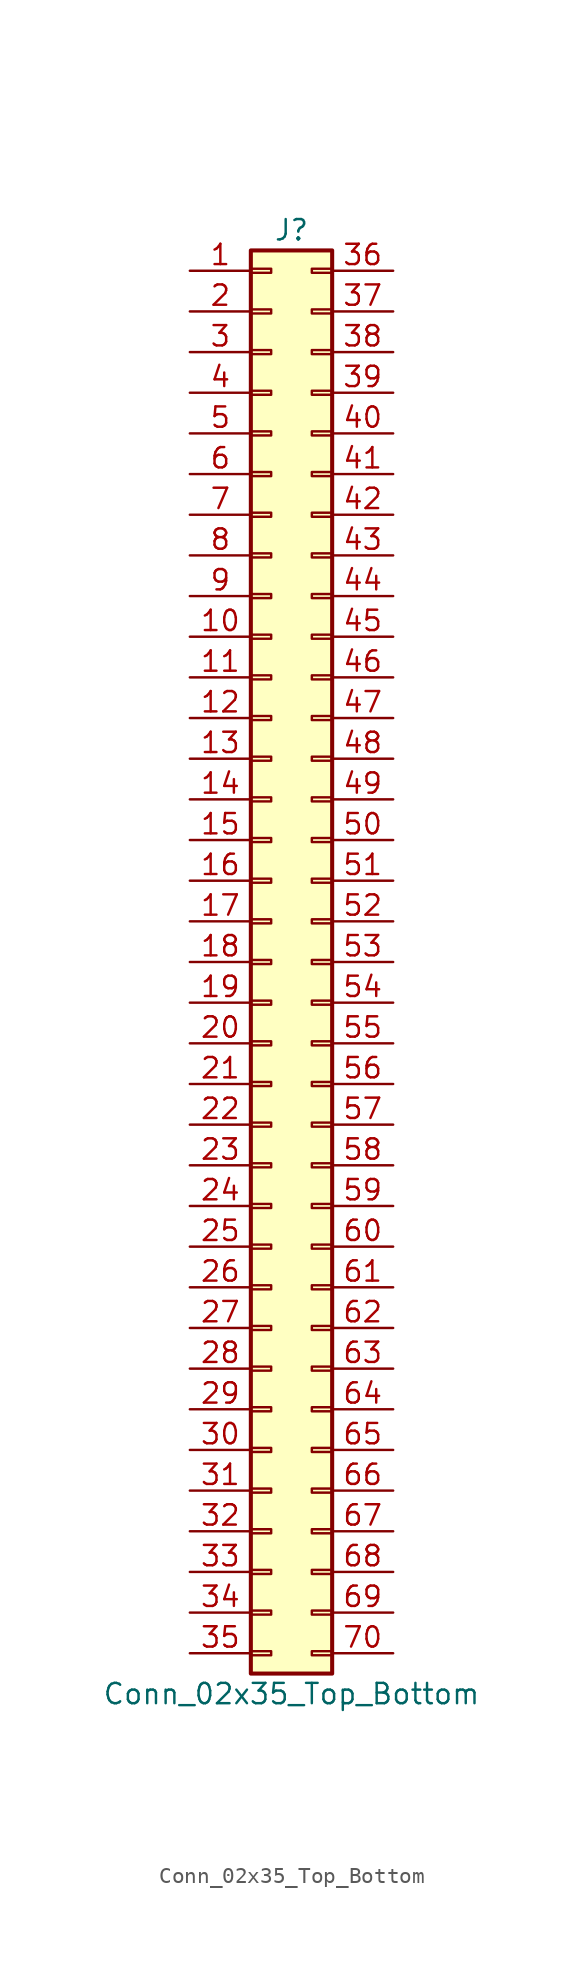
<source format=kicad_sym>
(kicad_symbol_lib
  (version 20201005)
  (generator kicad_symbol_editor)
  (symbol "Connector_Generic:Conn_02x35_Top_Bottom"
    (pin_names
      (offset 1.016) hide)
    (property "Reference" "J"
      (at 1.27 45.72 0)
      (effects (font (size 1.27 1.27))))
    (property "Value" "Conn_02x35_Top_Bottom"
      (at 1.27 -45.72 0)
      (effects (font (size 1.27 1.27))))
    (symbol "Conn_02x35_Top_Bottom_1_1"
      (rectangle (start -1.27 -27.813) (end 0 -28.067) (stroke (width 0.152)) (fill (type none)))
      (rectangle (start -1.27 -30.353) (end 0 -30.607) (stroke (width 0.152)) (fill (type none)))
      (rectangle (start -1.27 -32.893) (end 0 -33.147) (stroke (width 0.152)) (fill (type none)))
      (rectangle (start -1.27 -35.433) (end 0 -35.687) (stroke (width 0.152)) (fill (type none)))
      (rectangle (start -1.27 -37.973) (end 0 -38.227) (stroke (width 0.152)) (fill (type none)))
      (rectangle (start -1.27 -40.513) (end 0 -40.767) (stroke (width 0.152)) (fill (type none)))
      (rectangle (start -1.27 -43.053) (end 0 -43.307) (stroke (width 0.152)) (fill (type none)))
      (rectangle (start -1.27 -4.953) (end 0 -5.207) (stroke (width 0.152)) (fill (type none)))
      (rectangle (start -1.27 -7.493) (end 0 -7.747) (stroke (width 0.152)) (fill (type none)))
      (rectangle (start -1.27 -10.033) (end 0 -10.287) (stroke (width 0.152)) (fill (type none)))
      (rectangle (start -1.27 -12.573) (end 0 -12.827) (stroke (width 0.152)) (fill (type none)))
      (rectangle (start -1.27 -15.113) (end 0 -15.367) (stroke (width 0.152)) (fill (type none)))
      (rectangle (start -1.27 -17.653) (end 0 -17.907) (stroke (width 0.152)) (fill (type none)))
      (rectangle (start -1.27 -20.193) (end 0 -20.447) (stroke (width 0.152)) (fill (type none)))
      (rectangle (start -1.27 -22.733) (end 0 -22.987) (stroke (width 0.152)) (fill (type none)))
      (rectangle (start -1.27 -2.413) (end 0 -2.667) (stroke (width 0.152)) (fill (type none)))
      (rectangle (start -1.27 -25.273) (end 0 -25.527) (stroke (width 0.152)) (fill (type none)))
      (rectangle (start -1.27 25.527) (end 0 25.273) (stroke (width 0.152)) (fill (type none)))
      (rectangle (start -1.27 2.667) (end 0 2.413) (stroke (width 0.152)) (fill (type none)))
      (rectangle (start -1.27 28.067) (end 0 27.813) (stroke (width 0.152)) (fill (type none)))
      (rectangle (start -1.27 30.607) (end 0 30.353) (stroke (width 0.152)) (fill (type none)))
      (rectangle (start -1.27 33.147) (end 0 32.893) (stroke (width 0.152)) (fill (type none)))
      (rectangle (start -1.27 35.687) (end 0 35.433) (stroke (width 0.152)) (fill (type none)))
      (rectangle (start -1.27 38.227) (end 0 37.973) (stroke (width 0.152)) (fill (type none)))
      (rectangle (start -1.27 40.767) (end 0 40.513) (stroke (width 0.152)) (fill (type none)))
      (rectangle (start -1.27 43.307) (end 0 43.053) (stroke (width 0.152)) (fill (type none)))
      (rectangle (start -1.27 44.45) (end 3.81 -44.45) (stroke (width 0.254)) (fill (type background)))
      (rectangle (start -1.27 5.207) (end 0 4.953) (stroke (width 0.152)) (fill (type none)))
      (rectangle (start -1.27 7.747) (end 0 7.493) (stroke (width 0.152)) (fill (type none)))
      (rectangle (start -1.27 10.287) (end 0 10.033) (stroke (width 0.152)) (fill (type none)))
      (rectangle (start -1.27 0.127) (end 0 -0.127) (stroke (width 0.152)) (fill (type none)))
      (rectangle (start -1.27 12.827) (end 0 12.573) (stroke (width 0.152)) (fill (type none)))
      (rectangle (start -1.27 15.367) (end 0 15.113) (stroke (width 0.152)) (fill (type none)))
      (rectangle (start -1.27 17.907) (end 0 17.653) (stroke (width 0.152)) (fill (type none)))
      (rectangle (start -1.27 20.447) (end 0 20.193) (stroke (width 0.152)) (fill (type none)))
      (rectangle (start -1.27 22.987) (end 0 22.733) (stroke (width 0.152)) (fill (type none)))
      (rectangle (start 3.81 -27.813) (end 2.54 -28.067) (stroke (width 0.152)) (fill (type none)))
      (rectangle (start 3.81 -30.353) (end 2.54 -30.607) (stroke (width 0.152)) (fill (type none)))
      (rectangle (start 3.81 -32.893) (end 2.54 -33.147) (stroke (width 0.152)) (fill (type none)))
      (rectangle (start 3.81 -35.433) (end 2.54 -35.687) (stroke (width 0.152)) (fill (type none)))
      (rectangle (start 3.81 -37.973) (end 2.54 -38.227) (stroke (width 0.152)) (fill (type none)))
      (rectangle (start 3.81 -40.513) (end 2.54 -40.767) (stroke (width 0.152)) (fill (type none)))
      (rectangle (start 3.81 -43.053) (end 2.54 -43.307) (stroke (width 0.152)) (fill (type none)))
      (rectangle (start 3.81 -4.953) (end 2.54 -5.207) (stroke (width 0.152)) (fill (type none)))
      (rectangle (start 3.81 -7.493) (end 2.54 -7.747) (stroke (width 0.152)) (fill (type none)))
      (rectangle (start 3.81 -10.033) (end 2.54 -10.287) (stroke (width 0.152)) (fill (type none)))
      (rectangle (start 3.81 -12.573) (end 2.54 -12.827) (stroke (width 0.152)) (fill (type none)))
      (rectangle (start 3.81 -15.113) (end 2.54 -15.367) (stroke (width 0.152)) (fill (type none)))
      (rectangle (start 3.81 -17.653) (end 2.54 -17.907) (stroke (width 0.152)) (fill (type none)))
      (rectangle (start 3.81 -20.193) (end 2.54 -20.447) (stroke (width 0.152)) (fill (type none)))
      (rectangle (start 3.81 -22.733) (end 2.54 -22.987) (stroke (width 0.152)) (fill (type none)))
      (rectangle (start 3.81 -2.413) (end 2.54 -2.667) (stroke (width 0.152)) (fill (type none)))
      (rectangle (start 3.81 -25.273) (end 2.54 -25.527) (stroke (width 0.152)) (fill (type none)))
      (rectangle (start 3.81 25.527) (end 2.54 25.273) (stroke (width 0.152)) (fill (type none)))
      (rectangle (start 3.81 2.667) (end 2.54 2.413) (stroke (width 0.152)) (fill (type none)))
      (rectangle (start 3.81 28.067) (end 2.54 27.813) (stroke (width 0.152)) (fill (type none)))
      (rectangle (start 3.81 30.607) (end 2.54 30.353) (stroke (width 0.152)) (fill (type none)))
      (rectangle (start 3.81 33.147) (end 2.54 32.893) (stroke (width 0.152)) (fill (type none)))
      (rectangle (start 3.81 35.687) (end 2.54 35.433) (stroke (width 0.152)) (fill (type none)))
      (rectangle (start 3.81 38.227) (end 2.54 37.973) (stroke (width 0.152)) (fill (type none)))
      (rectangle (start 3.81 40.767) (end 2.54 40.513) (stroke (width 0.152)) (fill (type none)))
      (rectangle (start 3.81 43.307) (end 2.54 43.053) (stroke (width 0.152)) (fill (type none)))
      (rectangle (start 3.81 5.207) (end 2.54 4.953) (stroke (width 0.152)) (fill (type none)))
      (rectangle (start 3.81 7.747) (end 2.54 7.493) (stroke (width 0.152)) (fill (type none)))
      (rectangle (start 3.81 10.287) (end 2.54 10.033) (stroke (width 0.152)) (fill (type none)))
      (rectangle (start 3.81 0.127) (end 2.54 -0.127) (stroke (width 0.152)) (fill (type none)))
      (rectangle (start 3.81 12.827) (end 2.54 12.573) (stroke (width 0.152)) (fill (type none)))
      (rectangle (start 3.81 15.367) (end 2.54 15.113) (stroke (width 0.152)) (fill (type none)))
      (rectangle (start 3.81 17.907) (end 2.54 17.653) (stroke (width 0.152)) (fill (type none)))
      (rectangle (start 3.81 20.447) (end 2.54 20.193) (stroke (width 0.152)) (fill (type none)))
      (rectangle (start 3.81 22.987) (end 2.54 22.733) (stroke (width 0.152)) (fill (type none)))
      (pin passive line (at -5.08 43.18 0) (length 3.81) (name "Pin_1" (effects (font (size 1.27 1.27)))) (number "1" (effects (font (size 1.27 1.27)))))
      (pin passive line (at -5.08 20.32 0) (length 3.81) (name "Pin_10" (effects (font (size 1.27 1.27)))) (number "10" (effects (font (size 1.27 1.27)))))
      (pin passive line (at -5.08 17.78 0) (length 3.81) (name "Pin_11" (effects (font (size 1.27 1.27)))) (number "11" (effects (font (size 1.27 1.27)))))
      (pin passive line (at -5.08 15.24 0) (length 3.81) (name "Pin_12" (effects (font (size 1.27 1.27)))) (number "12" (effects (font (size 1.27 1.27)))))
      (pin passive line (at -5.08 12.7 0) (length 3.81) (name "Pin_13" (effects (font (size 1.27 1.27)))) (number "13" (effects (font (size 1.27 1.27)))))
      (pin passive line (at -5.08 10.16 0) (length 3.81) (name "Pin_14" (effects (font (size 1.27 1.27)))) (number "14" (effects (font (size 1.27 1.27)))))
      (pin passive line (at -5.08 7.62 0) (length 3.81) (name "Pin_15" (effects (font (size 1.27 1.27)))) (number "15" (effects (font (size 1.27 1.27)))))
      (pin passive line (at -5.08 5.08 0) (length 3.81) (name "Pin_16" (effects (font (size 1.27 1.27)))) (number "16" (effects (font (size 1.27 1.27)))))
      (pin passive line (at -5.08 2.54 0) (length 3.81) (name "Pin_17" (effects (font (size 1.27 1.27)))) (number "17" (effects (font (size 1.27 1.27)))))
      (pin passive line (at -5.08 0 0) (length 3.81) (name "Pin_18" (effects (font (size 1.27 1.27)))) (number "18" (effects (font (size 1.27 1.27)))))
      (pin passive line (at -5.08 -2.54 0) (length 3.81) (name "Pin_19" (effects (font (size 1.27 1.27)))) (number "19" (effects (font (size 1.27 1.27)))))
      (pin passive line (at -5.08 40.64 0) (length 3.81) (name "Pin_2" (effects (font (size 1.27 1.27)))) (number "2" (effects (font (size 1.27 1.27)))))
      (pin passive line (at -5.08 -5.08 0) (length 3.81) (name "Pin_20" (effects (font (size 1.27 1.27)))) (number "20" (effects (font (size 1.27 1.27)))))
      (pin passive line (at -5.08 -7.62 0) (length 3.81) (name "Pin_21" (effects (font (size 1.27 1.27)))) (number "21" (effects (font (size 1.27 1.27)))))
      (pin passive line (at -5.08 -10.16 0) (length 3.81) (name "Pin_22" (effects (font (size 1.27 1.27)))) (number "22" (effects (font (size 1.27 1.27)))))
      (pin passive line (at -5.08 -12.7 0) (length 3.81) (name "Pin_23" (effects (font (size 1.27 1.27)))) (number "23" (effects (font (size 1.27 1.27)))))
      (pin passive line (at -5.08 -15.24 0) (length 3.81) (name "Pin_24" (effects (font (size 1.27 1.27)))) (number "24" (effects (font (size 1.27 1.27)))))
      (pin passive line (at -5.08 -17.78 0) (length 3.81) (name "Pin_25" (effects (font (size 1.27 1.27)))) (number "25" (effects (font (size 1.27 1.27)))))
      (pin passive line (at -5.08 -20.32 0) (length 3.81) (name "Pin_26" (effects (font (size 1.27 1.27)))) (number "26" (effects (font (size 1.27 1.27)))))
      (pin passive line (at -5.08 -22.86 0) (length 3.81) (name "Pin_27" (effects (font (size 1.27 1.27)))) (number "27" (effects (font (size 1.27 1.27)))))
      (pin passive line (at -5.08 -25.4 0) (length 3.81) (name "Pin_28" (effects (font (size 1.27 1.27)))) (number "28" (effects (font (size 1.27 1.27)))))
      (pin passive line (at -5.08 -27.94 0) (length 3.81) (name "Pin_29" (effects (font (size 1.27 1.27)))) (number "29" (effects (font (size 1.27 1.27)))))
      (pin passive line (at -5.08 38.1 0) (length 3.81) (name "Pin_3" (effects (font (size 1.27 1.27)))) (number "3" (effects (font (size 1.27 1.27)))))
      (pin passive line (at -5.08 -30.48 0) (length 3.81) (name "Pin_30" (effects (font (size 1.27 1.27)))) (number "30" (effects (font (size 1.27 1.27)))))
      (pin passive line (at -5.08 -33.02 0) (length 3.81) (name "Pin_31" (effects (font (size 1.27 1.27)))) (number "31" (effects (font (size 1.27 1.27)))))
      (pin passive line (at -5.08 -35.56 0) (length 3.81) (name "Pin_32" (effects (font (size 1.27 1.27)))) (number "32" (effects (font (size 1.27 1.27)))))
      (pin passive line (at -5.08 -38.1 0) (length 3.81) (name "Pin_33" (effects (font (size 1.27 1.27)))) (number "33" (effects (font (size 1.27 1.27)))))
      (pin passive line (at -5.08 -40.64 0) (length 3.81) (name "Pin_34" (effects (font (size 1.27 1.27)))) (number "34" (effects (font (size 1.27 1.27)))))
      (pin passive line (at -5.08 -43.18 0) (length 3.81) (name "Pin_35" (effects (font (size 1.27 1.27)))) (number "35" (effects (font (size 1.27 1.27)))))
      (pin passive line (at 7.62 43.18 180) (length 3.81) (name "Pin_36" (effects (font (size 1.27 1.27)))) (number "36" (effects (font (size 1.27 1.27)))))
      (pin passive line (at 7.62 40.64 180) (length 3.81) (name "Pin_37" (effects (font (size 1.27 1.27)))) (number "37" (effects (font (size 1.27 1.27)))))
      (pin passive line (at 7.62 38.1 180) (length 3.81) (name "Pin_38" (effects (font (size 1.27 1.27)))) (number "38" (effects (font (size 1.27 1.27)))))
      (pin passive line (at 7.62 35.56 180) (length 3.81) (name "Pin_39" (effects (font (size 1.27 1.27)))) (number "39" (effects (font (size 1.27 1.27)))))
      (pin passive line (at -5.08 35.56 0) (length 3.81) (name "Pin_4" (effects (font (size 1.27 1.27)))) (number "4" (effects (font (size 1.27 1.27)))))
      (pin passive line (at 7.62 33.02 180) (length 3.81) (name "Pin_40" (effects (font (size 1.27 1.27)))) (number "40" (effects (font (size 1.27 1.27)))))
      (pin passive line (at 7.62 30.48 180) (length 3.81) (name "Pin_41" (effects (font (size 1.27 1.27)))) (number "41" (effects (font (size 1.27 1.27)))))
      (pin passive line (at 7.62 27.94 180) (length 3.81) (name "Pin_42" (effects (font (size 1.27 1.27)))) (number "42" (effects (font (size 1.27 1.27)))))
      (pin passive line (at 7.62 25.4 180) (length 3.81) (name "Pin_43" (effects (font (size 1.27 1.27)))) (number "43" (effects (font (size 1.27 1.27)))))
      (pin passive line (at 7.62 22.86 180) (length 3.81) (name "Pin_44" (effects (font (size 1.27 1.27)))) (number "44" (effects (font (size 1.27 1.27)))))
      (pin passive line (at 7.62 20.32 180) (length 3.81) (name "Pin_45" (effects (font (size 1.27 1.27)))) (number "45" (effects (font (size 1.27 1.27)))))
      (pin passive line (at 7.62 17.78 180) (length 3.81) (name "Pin_46" (effects (font (size 1.27 1.27)))) (number "46" (effects (font (size 1.27 1.27)))))
      (pin passive line (at 7.62 15.24 180) (length 3.81) (name "Pin_47" (effects (font (size 1.27 1.27)))) (number "47" (effects (font (size 1.27 1.27)))))
      (pin passive line (at 7.62 12.7 180) (length 3.81) (name "Pin_48" (effects (font (size 1.27 1.27)))) (number "48" (effects (font (size 1.27 1.27)))))
      (pin passive line (at 7.62 10.16 180) (length 3.81) (name "Pin_49" (effects (font (size 1.27 1.27)))) (number "49" (effects (font (size 1.27 1.27)))))
      (pin passive line (at -5.08 33.02 0) (length 3.81) (name "Pin_5" (effects (font (size 1.27 1.27)))) (number "5" (effects (font (size 1.27 1.27)))))
      (pin passive line (at 7.62 7.62 180) (length 3.81) (name "Pin_50" (effects (font (size 1.27 1.27)))) (number "50" (effects (font (size 1.27 1.27)))))
      (pin passive line (at 7.62 5.08 180) (length 3.81) (name "Pin_51" (effects (font (size 1.27 1.27)))) (number "51" (effects (font (size 1.27 1.27)))))
      (pin passive line (at 7.62 2.54 180) (length 3.81) (name "Pin_52" (effects (font (size 1.27 1.27)))) (number "52" (effects (font (size 1.27 1.27)))))
      (pin passive line (at 7.62 0 180) (length 3.81) (name "Pin_53" (effects (font (size 1.27 1.27)))) (number "53" (effects (font (size 1.27 1.27)))))
      (pin passive line (at 7.62 -2.54 180) (length 3.81) (name "Pin_54" (effects (font (size 1.27 1.27)))) (number "54" (effects (font (size 1.27 1.27)))))
      (pin passive line (at 7.62 -5.08 180) (length 3.81) (name "Pin_55" (effects (font (size 1.27 1.27)))) (number "55" (effects (font (size 1.27 1.27)))))
      (pin passive line (at 7.62 -7.62 180) (length 3.81) (name "Pin_56" (effects (font (size 1.27 1.27)))) (number "56" (effects (font (size 1.27 1.27)))))
      (pin passive line (at 7.62 -10.16 180) (length 3.81) (name "Pin_57" (effects (font (size 1.27 1.27)))) (number "57" (effects (font (size 1.27 1.27)))))
      (pin passive line (at 7.62 -12.7 180) (length 3.81) (name "Pin_58" (effects (font (size 1.27 1.27)))) (number "58" (effects (font (size 1.27 1.27)))))
      (pin passive line (at 7.62 -15.24 180) (length 3.81) (name "Pin_59" (effects (font (size 1.27 1.27)))) (number "59" (effects (font (size 1.27 1.27)))))
      (pin passive line (at -5.08 30.48 0) (length 3.81) (name "Pin_6" (effects (font (size 1.27 1.27)))) (number "6" (effects (font (size 1.27 1.27)))))
      (pin passive line (at 7.62 -17.78 180) (length 3.81) (name "Pin_60" (effects (font (size 1.27 1.27)))) (number "60" (effects (font (size 1.27 1.27)))))
      (pin passive line (at 7.62 -20.32 180) (length 3.81) (name "Pin_61" (effects (font (size 1.27 1.27)))) (number "61" (effects (font (size 1.27 1.27)))))
      (pin passive line (at 7.62 -22.86 180) (length 3.81) (name "Pin_62" (effects (font (size 1.27 1.27)))) (number "62" (effects (font (size 1.27 1.27)))))
      (pin passive line (at 7.62 -25.4 180) (length 3.81) (name "Pin_63" (effects (font (size 1.27 1.27)))) (number "63" (effects (font (size 1.27 1.27)))))
      (pin passive line (at 7.62 -27.94 180) (length 3.81) (name "Pin_64" (effects (font (size 1.27 1.27)))) (number "64" (effects (font (size 1.27 1.27)))))
      (pin passive line (at 7.62 -30.48 180) (length 3.81) (name "Pin_65" (effects (font (size 1.27 1.27)))) (number "65" (effects (font (size 1.27 1.27)))))
      (pin passive line (at 7.62 -33.02 180) (length 3.81) (name "Pin_66" (effects (font (size 1.27 1.27)))) (number "66" (effects (font (size 1.27 1.27)))))
      (pin passive line (at 7.62 -35.56 180) (length 3.81) (name "Pin_67" (effects (font (size 1.27 1.27)))) (number "67" (effects (font (size 1.27 1.27)))))
      (pin passive line (at 7.62 -38.1 180) (length 3.81) (name "Pin_68" (effects (font (size 1.27 1.27)))) (number "68" (effects (font (size 1.27 1.27)))))
      (pin passive line (at 7.62 -40.64 180) (length 3.81) (name "Pin_69" (effects (font (size 1.27 1.27)))) (number "69" (effects (font (size 1.27 1.27)))))
      (pin passive line (at -5.08 27.94 0) (length 3.81) (name "Pin_7" (effects (font (size 1.27 1.27)))) (number "7" (effects (font (size 1.27 1.27)))))
      (pin passive line (at 7.62 -43.18 180) (length 3.81) (name "Pin_70" (effects (font (size 1.27 1.27)))) (number "70" (effects (font (size 1.27 1.27)))))
      (pin passive line (at -5.08 25.4 0) (length 3.81) (name "Pin_8" (effects (font (size 1.27 1.27)))) (number "8" (effects (font (size 1.27 1.27)))))
      (pin passive line (at -5.08 22.86 0) (length 3.81) (name "Pin_9" (effects (font (size 1.27 1.27)))) (number "9" (effects (font (size 1.27 1.27))))))))
</source>
